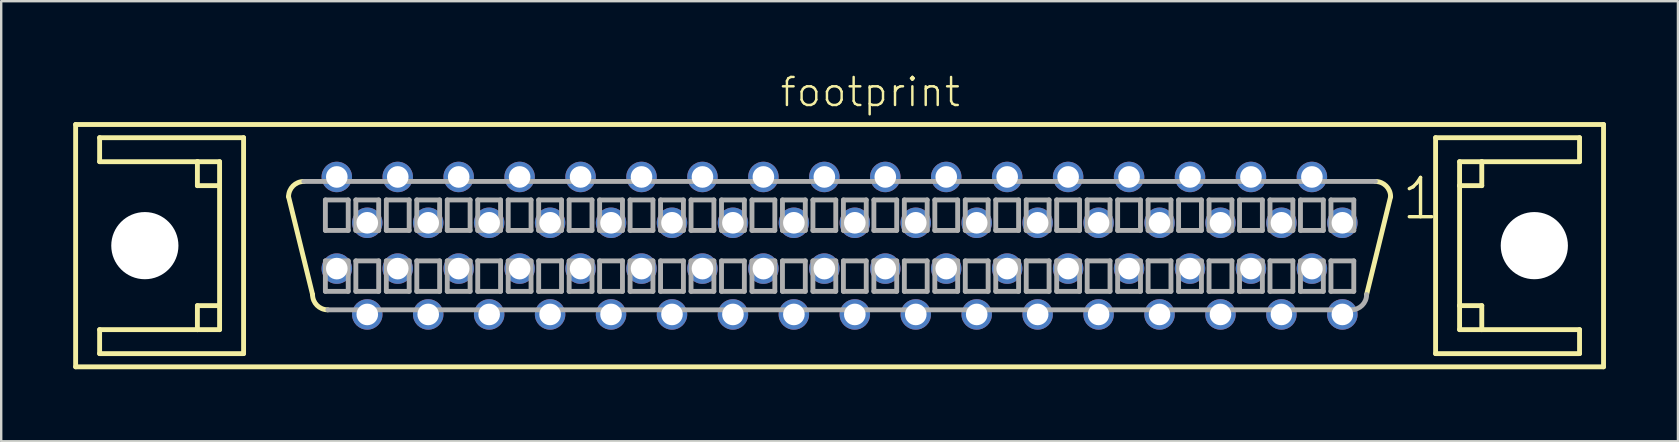
<source format=kicad_pcb>
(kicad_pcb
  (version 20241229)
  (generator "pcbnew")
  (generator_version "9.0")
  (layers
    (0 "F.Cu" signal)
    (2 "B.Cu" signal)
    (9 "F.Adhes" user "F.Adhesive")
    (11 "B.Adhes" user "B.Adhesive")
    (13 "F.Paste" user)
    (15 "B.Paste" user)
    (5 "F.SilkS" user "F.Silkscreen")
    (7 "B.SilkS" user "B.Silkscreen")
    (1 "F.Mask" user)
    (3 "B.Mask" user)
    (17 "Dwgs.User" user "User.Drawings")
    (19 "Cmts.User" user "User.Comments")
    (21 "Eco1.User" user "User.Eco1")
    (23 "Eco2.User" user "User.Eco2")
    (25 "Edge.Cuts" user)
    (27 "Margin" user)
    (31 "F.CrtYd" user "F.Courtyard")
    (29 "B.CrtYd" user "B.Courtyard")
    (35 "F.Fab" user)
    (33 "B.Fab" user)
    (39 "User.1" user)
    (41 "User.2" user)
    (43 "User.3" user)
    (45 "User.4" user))
  (footprint "footprint"
    (layer "F.Cu")
    (at 31.942 7.188)
    (property "Reference" "footprint" (at -2.54 -5.715 0) (layer "F.SilkS") (effects (font (size 1.168 1.168) (thickness 0.102)) (justify left bottom)))
    (fp_line (start -31.84 -5.05) (end 31.84 -5.05) (stroke (width 0.203) (type solid)) (layer "F.SilkS"))
    (fp_line (start -31.84 5.05) (end -31.84 -5.05) (stroke (width 0.203) (type solid)) (layer "F.SilkS"))
    (fp_line (start -30.84 -4.5) (end -30.84 -3.5) (stroke (width 0.203) (type solid)) (layer "F.SilkS"))
    (fp_line (start -30.84 -3.5) (end -26.765 -3.5) (stroke (width 0.203) (type solid)) (layer "F.SilkS"))
    (fp_line (start -30.84 3.5) (end -30.84 4.5) (stroke (width 0.203) (type solid)) (layer "F.SilkS"))
    (fp_line (start -30.84 4.5) (end -24.84 4.5) (stroke (width 0.203) (type solid)) (layer "F.SilkS"))
    (fp_line (start -26.765 -3.5) (end -26.765 -2.5) (stroke (width 0.203) (type solid)) (layer "F.SilkS"))
    (fp_line (start -26.765 -3.5) (end -25.84 -3.5) (stroke (width 0.203) (type solid)) (layer "F.SilkS"))
    (fp_line (start -26.765 -2.5) (end -25.84 -2.5) (stroke (width 0.203) (type solid)) (layer "F.SilkS"))
    (fp_line (start -26.765 2.5) (end -26.765 3.5) (stroke (width 0.203) (type solid)) (layer "F.SilkS"))
    (fp_line (start -26.765 3.5) (end -30.84 3.5) (stroke (width 0.203) (type solid)) (layer "F.SilkS"))
    (fp_line (start -25.84 -3.5) (end -25.84 -2.5) (stroke (width 0.203) (type solid)) (layer "F.SilkS"))
    (fp_line (start -25.84 -2.5) (end -25.84 2.5) (stroke (width 0.203) (type solid)) (layer "F.SilkS"))
    (fp_line (start -25.84 2.5) (end -26.765 2.5) (stroke (width 0.203) (type solid)) (layer "F.SilkS"))
    (fp_line (start -25.84 2.5) (end -25.84 3.5) (stroke (width 0.203) (type solid)) (layer "F.SilkS"))
    (fp_line (start -25.84 3.5) (end -26.765 3.5) (stroke (width 0.203) (type solid)) (layer "F.SilkS"))
    (fp_line (start -24.84 -4.5) (end -30.84 -4.5) (stroke (width 0.203) (type solid)) (layer "F.SilkS"))
    (fp_line (start -24.84 4.5) (end -24.84 -4.5) (stroke (width 0.203) (type solid)) (layer "F.SilkS"))
    (fp_line (start -21.965 2.04) (end -22.965 -2.04) (stroke (width 0.203) (type solid)) (layer "F.SilkS"))
    (fp_line (start 22.965 -2.04) (end 21.965 2.04) (stroke (width 0.203) (type solid)) (layer "F.SilkS"))
    (fp_line (start 24.84 -4.5) (end 24.84 4.5) (stroke (width 0.203) (type solid)) (layer "F.SilkS"))
    (fp_line (start 24.84 4.5) (end 30.84 4.5) (stroke (width 0.203) (type solid)) (layer "F.SilkS"))
    (fp_line (start 25.84 -3.5) (end 26.765 -3.5) (stroke (width 0.203) (type solid)) (layer "F.SilkS"))
    (fp_line (start 25.84 -2.5) (end 25.84 -3.5) (stroke (width 0.203) (type solid)) (layer "F.SilkS"))
    (fp_line (start 25.84 -2.5) (end 26.765 -2.5) (stroke (width 0.203) (type solid)) (layer "F.SilkS"))
    (fp_line (start 25.84 2.5) (end 25.84 -2.5) (stroke (width 0.203) (type solid)) (layer "F.SilkS"))
    (fp_line (start 25.84 3.5) (end 25.84 2.5) (stroke (width 0.203) (type solid)) (layer "F.SilkS"))
    (fp_line (start 26.765 -3.5) (end 30.84 -3.5) (stroke (width 0.203) (type solid)) (layer "F.SilkS"))
    (fp_line (start 26.765 -2.5) (end 26.765 -3.5) (stroke (width 0.203) (type solid)) (layer "F.SilkS"))
    (fp_line (start 26.765 2.5) (end 25.84 2.5) (stroke (width 0.203) (type solid)) (layer "F.SilkS"))
    (fp_line (start 26.765 3.5) (end 25.84 3.5) (stroke (width 0.203) (type solid)) (layer "F.SilkS"))
    (fp_line (start 26.765 3.5) (end 26.765 2.5) (stroke (width 0.203) (type solid)) (layer "F.SilkS"))
    (fp_line (start 30.84 -4.5) (end 24.84 -4.5) (stroke (width 0.203) (type solid)) (layer "F.SilkS"))
    (fp_line (start 30.84 -3.5) (end 30.84 -4.5) (stroke (width 0.203) (type solid)) (layer "F.SilkS"))
    (fp_line (start 30.84 3.5) (end 26.765 3.5) (stroke (width 0.203) (type solid)) (layer "F.SilkS"))
    (fp_line (start 30.84 4.5) (end 30.84 3.5) (stroke (width 0.203) (type solid)) (layer "F.SilkS"))
    (fp_line (start 31.84 -5.05) (end 31.84 5.05) (stroke (width 0.203) (type solid)) (layer "F.SilkS"))
    (fp_line (start 31.84 5.05) (end -31.84 5.05) (stroke (width 0.203) (type solid)) (layer "F.SilkS"))
    (fp_arc (start -22.965 -2.04) (mid -22.779013 -2.489013) (end -22.33 -2.675) (stroke (width 0.2032) (type solid)) (layer "F.SilkS"))
    (fp_arc (start -21.33 2.675) (mid -21.779013 2.489013) (end -21.965 2.04) (stroke (width 0.2032) (type solid)) (layer "F.SilkS"))
    (fp_arc (start 22.33 -2.675) (mid 22.779013 -2.489013) (end 22.965 -2.04) (stroke (width 0.2032) (type solid)) (layer "F.SilkS"))
    (fp_line (start -22.33 -2.675) (end 22.33 -2.675) (stroke (width 0.203) (type solid)) (layer "F.Fab"))
    (fp_line (start -21.431 -1.905) (end -21.431 -0.635) (stroke (width 0.203) (type solid)) (layer "F.Fab"))
    (fp_line (start -21.431 -0.635) (end -20.479 -0.635) (stroke (width 0.203) (type solid)) (layer "F.Fab"))
    (fp_line (start -21.431 0.635) (end -21.431 1.905) (stroke (width 0.203) (type solid)) (layer "F.Fab"))
    (fp_line (start -21.431 1.905) (end -20.479 1.905) (stroke (width 0.203) (type solid)) (layer "F.Fab"))
    (fp_line (start -20.479 -1.905) (end -21.431 -1.905) (stroke (width 0.203) (type solid)) (layer "F.Fab"))
    (fp_line (start -20.479 -0.635) (end -20.479 -1.905) (stroke (width 0.203) (type solid)) (layer "F.Fab"))
    (fp_line (start -20.479 0.635) (end -21.431 0.635) (stroke (width 0.203) (type solid)) (layer "F.Fab"))
    (fp_line (start -20.479 1.905) (end -20.479 0.635) (stroke (width 0.203) (type solid)) (layer "F.Fab"))
    (fp_line (start -20.161 -1.905) (end -20.161 -0.635) (stroke (width 0.203) (type solid)) (layer "F.Fab"))
    (fp_line (start -20.161 -0.635) (end -19.209 -0.635) (stroke (width 0.203) (type solid)) (layer "F.Fab"))
    (fp_line (start -20.161 0.635) (end -20.161 1.905) (stroke (width 0.203) (type solid)) (layer "F.Fab"))
    (fp_line (start -20.161 1.905) (end -19.209 1.905) (stroke (width 0.203) (type solid)) (layer "F.Fab"))
    (fp_line (start -19.209 -1.905) (end -20.161 -1.905) (stroke (width 0.203) (type solid)) (layer "F.Fab"))
    (fp_line (start -19.209 -0.635) (end -19.209 -1.905) (stroke (width 0.203) (type solid)) (layer "F.Fab"))
    (fp_line (start -19.209 0.635) (end -20.161 0.635) (stroke (width 0.203) (type solid)) (layer "F.Fab"))
    (fp_line (start -19.209 1.905) (end -19.209 0.635) (stroke (width 0.203) (type solid)) (layer "F.Fab"))
    (fp_line (start -18.891 -1.905) (end -18.891 -0.635) (stroke (width 0.203) (type solid)) (layer "F.Fab"))
    (fp_line (start -18.891 -0.635) (end -17.939 -0.635) (stroke (width 0.203) (type solid)) (layer "F.Fab"))
    (fp_line (start -18.891 0.635) (end -18.891 1.905) (stroke (width 0.203) (type solid)) (layer "F.Fab"))
    (fp_line (start -18.891 1.905) (end -17.939 1.905) (stroke (width 0.203) (type solid)) (layer "F.Fab"))
    (fp_line (start -17.939 -1.905) (end -18.891 -1.905) (stroke (width 0.203) (type solid)) (layer "F.Fab"))
    (fp_line (start -17.939 -0.635) (end -17.939 -1.905) (stroke (width 0.203) (type solid)) (layer "F.Fab"))
    (fp_line (start -17.939 0.635) (end -18.891 0.635) (stroke (width 0.203) (type solid)) (layer "F.Fab"))
    (fp_line (start -17.939 1.905) (end -17.939 0.635) (stroke (width 0.203) (type solid)) (layer "F.Fab"))
    (fp_line (start -17.621 -1.905) (end -17.621 -0.635) (stroke (width 0.203) (type solid)) (layer "F.Fab"))
    (fp_line (start -17.621 -0.635) (end -16.669 -0.635) (stroke (width 0.203) (type solid)) (layer "F.Fab"))
    (fp_line (start -17.621 0.635) (end -17.621 1.905) (stroke (width 0.203) (type solid)) (layer "F.Fab"))
    (fp_line (start -17.621 1.905) (end -16.669 1.905) (stroke (width 0.203) (type solid)) (layer "F.Fab"))
    (fp_line (start -16.669 -1.905) (end -17.621 -1.905) (stroke (width 0.203) (type solid)) (layer "F.Fab"))
    (fp_line (start -16.669 -0.635) (end -16.669 -1.905) (stroke (width 0.203) (type solid)) (layer "F.Fab"))
    (fp_line (start -16.669 0.635) (end -17.621 0.635) (stroke (width 0.203) (type solid)) (layer "F.Fab"))
    (fp_line (start -16.669 1.905) (end -16.669 0.635) (stroke (width 0.203) (type solid)) (layer "F.Fab"))
    (fp_line (start -16.351 -1.905) (end -16.351 -0.635) (stroke (width 0.203) (type solid)) (layer "F.Fab"))
    (fp_line (start -16.351 -0.635) (end -15.399 -0.635) (stroke (width 0.203) (type solid)) (layer "F.Fab"))
    (fp_line (start -16.351 0.635) (end -16.351 1.905) (stroke (width 0.203) (type solid)) (layer "F.Fab"))
    (fp_line (start -16.351 1.905) (end -15.399 1.905) (stroke (width 0.203) (type solid)) (layer "F.Fab"))
    (fp_line (start -15.399 -1.905) (end -16.351 -1.905) (stroke (width 0.203) (type solid)) (layer "F.Fab"))
    (fp_line (start -15.399 -0.635) (end -15.399 -1.905) (stroke (width 0.203) (type solid)) (layer "F.Fab"))
    (fp_line (start -15.399 0.635) (end -16.351 0.635) (stroke (width 0.203) (type solid)) (layer "F.Fab"))
    (fp_line (start -15.399 1.905) (end -15.399 0.635) (stroke (width 0.203) (type solid)) (layer "F.Fab"))
    (fp_line (start -15.081 -1.905) (end -15.081 -0.635) (stroke (width 0.203) (type solid)) (layer "F.Fab"))
    (fp_line (start -15.081 -0.635) (end -14.129 -0.635) (stroke (width 0.203) (type solid)) (layer "F.Fab"))
    (fp_line (start -15.081 0.635) (end -15.081 1.905) (stroke (width 0.203) (type solid)) (layer "F.Fab"))
    (fp_line (start -15.081 1.905) (end -14.129 1.905) (stroke (width 0.203) (type solid)) (layer "F.Fab"))
    (fp_line (start -14.129 -1.905) (end -15.081 -1.905) (stroke (width 0.203) (type solid)) (layer "F.Fab"))
    (fp_line (start -14.129 -0.635) (end -14.129 -1.905) (stroke (width 0.203) (type solid)) (layer "F.Fab"))
    (fp_line (start -14.129 0.635) (end -15.081 0.635) (stroke (width 0.203) (type solid)) (layer "F.Fab"))
    (fp_line (start -14.129 1.905) (end -14.129 0.635) (stroke (width 0.203) (type solid)) (layer "F.Fab"))
    (fp_line (start -13.811 -1.905) (end -13.811 -0.635) (stroke (width 0.203) (type solid)) (layer "F.Fab"))
    (fp_line (start -13.811 -0.635) (end -12.859 -0.635) (stroke (width 0.203) (type solid)) (layer "F.Fab"))
    (fp_line (start -13.811 0.635) (end -13.811 1.905) (stroke (width 0.203) (type solid)) (layer "F.Fab"))
    (fp_line (start -13.811 1.905) (end -12.859 1.905) (stroke (width 0.203) (type solid)) (layer "F.Fab"))
    (fp_line (start -12.859 -1.905) (end -13.811 -1.905) (stroke (width 0.203) (type solid)) (layer "F.Fab"))
    (fp_line (start -12.859 -0.635) (end -12.859 -1.905) (stroke (width 0.203) (type solid)) (layer "F.Fab"))
    (fp_line (start -12.859 0.635) (end -13.811 0.635) (stroke (width 0.203) (type solid)) (layer "F.Fab"))
    (fp_line (start -12.859 1.905) (end -12.859 0.635) (stroke (width 0.203) (type solid)) (layer "F.Fab"))
    (fp_line (start -12.541 -1.905) (end -12.541 -0.635) (stroke (width 0.203) (type solid)) (layer "F.Fab"))
    (fp_line (start -12.541 -0.635) (end -11.589 -0.635) (stroke (width 0.203) (type solid)) (layer "F.Fab"))
    (fp_line (start -12.541 0.635) (end -12.541 1.905) (stroke (width 0.203) (type solid)) (layer "F.Fab"))
    (fp_line (start -12.541 1.905) (end -11.589 1.905) (stroke (width 0.203) (type solid)) (layer "F.Fab"))
    (fp_line (start -11.589 -1.905) (end -12.541 -1.905) (stroke (width 0.203) (type solid)) (layer "F.Fab"))
    (fp_line (start -11.589 -0.635) (end -11.589 -1.905) (stroke (width 0.203) (type solid)) (layer "F.Fab"))
    (fp_line (start -11.589 0.635) (end -12.541 0.635) (stroke (width 0.203) (type solid)) (layer "F.Fab"))
    (fp_line (start -11.589 1.905) (end -11.589 0.635) (stroke (width 0.203) (type solid)) (layer "F.Fab"))
    (fp_line (start -11.271 -1.905) (end -11.271 -0.635) (stroke (width 0.203) (type solid)) (layer "F.Fab"))
    (fp_line (start -11.271 -0.635) (end -10.319 -0.635) (stroke (width 0.203) (type solid)) (layer "F.Fab"))
    (fp_line (start -11.271 0.635) (end -11.271 1.905) (stroke (width 0.203) (type solid)) (layer "F.Fab"))
    (fp_line (start -11.271 1.905) (end -10.319 1.905) (stroke (width 0.203) (type solid)) (layer "F.Fab"))
    (fp_line (start -10.319 -1.905) (end -11.271 -1.905) (stroke (width 0.203) (type solid)) (layer "F.Fab"))
    (fp_line (start -10.319 -0.635) (end -10.319 -1.905) (stroke (width 0.203) (type solid)) (layer "F.Fab"))
    (fp_line (start -10.319 0.635) (end -11.271 0.635) (stroke (width 0.203) (type solid)) (layer "F.Fab"))
    (fp_line (start -10.319 1.905) (end -10.319 0.635) (stroke (width 0.203) (type solid)) (layer "F.Fab"))
    (fp_line (start -10.001 -1.905) (end -10.001 -0.635) (stroke (width 0.203) (type solid)) (layer "F.Fab"))
    (fp_line (start -10.001 -0.635) (end -9.049 -0.635) (stroke (width 0.203) (type solid)) (layer "F.Fab"))
    (fp_line (start -10.001 0.635) (end -10.001 1.905) (stroke (width 0.203) (type solid)) (layer "F.Fab"))
    (fp_line (start -10.001 1.905) (end -9.049 1.905) (stroke (width 0.203) (type solid)) (layer "F.Fab"))
    (fp_line (start -9.049 -1.905) (end -10.001 -1.905) (stroke (width 0.203) (type solid)) (layer "F.Fab"))
    (fp_line (start -9.049 -0.635) (end -9.049 -1.905) (stroke (width 0.203) (type solid)) (layer "F.Fab"))
    (fp_line (start -9.049 0.635) (end -10.001 0.635) (stroke (width 0.203) (type solid)) (layer "F.Fab"))
    (fp_line (start -9.049 1.905) (end -9.049 0.635) (stroke (width 0.203) (type solid)) (layer "F.Fab"))
    (fp_line (start -8.731 -1.905) (end -8.731 -0.635) (stroke (width 0.203) (type solid)) (layer "F.Fab"))
    (fp_line (start -8.731 -0.635) (end -7.779 -0.635) (stroke (width 0.203) (type solid)) (layer "F.Fab"))
    (fp_line (start -8.731 0.635) (end -8.731 1.905) (stroke (width 0.203) (type solid)) (layer "F.Fab"))
    (fp_line (start -8.731 1.905) (end -7.779 1.905) (stroke (width 0.203) (type solid)) (layer "F.Fab"))
    (fp_line (start -7.779 -1.905) (end -8.731 -1.905) (stroke (width 0.203) (type solid)) (layer "F.Fab"))
    (fp_line (start -7.779 -0.635) (end -7.779 -1.905) (stroke (width 0.203) (type solid)) (layer "F.Fab"))
    (fp_line (start -7.779 0.635) (end -8.731 0.635) (stroke (width 0.203) (type solid)) (layer "F.Fab"))
    (fp_line (start -7.779 1.905) (end -7.779 0.635) (stroke (width 0.203) (type solid)) (layer "F.Fab"))
    (fp_line (start -7.461 -1.905) (end -7.461 -0.635) (stroke (width 0.203) (type solid)) (layer "F.Fab"))
    (fp_line (start -7.461 -0.635) (end -6.509 -0.635) (stroke (width 0.203) (type solid)) (layer "F.Fab"))
    (fp_line (start -7.461 0.635) (end -7.461 1.905) (stroke (width 0.203) (type solid)) (layer "F.Fab"))
    (fp_line (start -7.461 1.905) (end -6.509 1.905) (stroke (width 0.203) (type solid)) (layer "F.Fab"))
    (fp_line (start -6.509 -1.905) (end -7.461 -1.905) (stroke (width 0.203) (type solid)) (layer "F.Fab"))
    (fp_line (start -6.509 -0.635) (end -6.509 -1.905) (stroke (width 0.203) (type solid)) (layer "F.Fab"))
    (fp_line (start -6.509 0.635) (end -7.461 0.635) (stroke (width 0.203) (type solid)) (layer "F.Fab"))
    (fp_line (start -6.509 1.905) (end -6.509 0.635) (stroke (width 0.203) (type solid)) (layer "F.Fab"))
    (fp_line (start -6.191 -1.905) (end -6.191 -0.635) (stroke (width 0.203) (type solid)) (layer "F.Fab"))
    (fp_line (start -6.191 -0.635) (end -5.239 -0.635) (stroke (width 0.203) (type solid)) (layer "F.Fab"))
    (fp_line (start -6.191 0.635) (end -6.191 1.905) (stroke (width 0.203) (type solid)) (layer "F.Fab"))
    (fp_line (start -6.191 1.905) (end -5.239 1.905) (stroke (width 0.203) (type solid)) (layer "F.Fab"))
    (fp_line (start -5.239 -1.905) (end -6.191 -1.905) (stroke (width 0.203) (type solid)) (layer "F.Fab"))
    (fp_line (start -5.239 -0.635) (end -5.239 -1.905) (stroke (width 0.203) (type solid)) (layer "F.Fab"))
    (fp_line (start -5.239 0.635) (end -6.191 0.635) (stroke (width 0.203) (type solid)) (layer "F.Fab"))
    (fp_line (start -5.239 1.905) (end -5.239 0.635) (stroke (width 0.203) (type solid)) (layer "F.Fab"))
    (fp_line (start -4.921 -1.905) (end -4.921 -0.635) (stroke (width 0.203) (type solid)) (layer "F.Fab"))
    (fp_line (start -4.921 -0.635) (end -3.969 -0.635) (stroke (width 0.203) (type solid)) (layer "F.Fab"))
    (fp_line (start -4.921 0.635) (end -4.921 1.905) (stroke (width 0.203) (type solid)) (layer "F.Fab"))
    (fp_line (start -4.921 1.905) (end -3.969 1.905) (stroke (width 0.203) (type solid)) (layer "F.Fab"))
    (fp_line (start -3.969 -1.905) (end -4.921 -1.905) (stroke (width 0.203) (type solid)) (layer "F.Fab"))
    (fp_line (start -3.969 -0.635) (end -3.969 -1.905) (stroke (width 0.203) (type solid)) (layer "F.Fab"))
    (fp_line (start -3.969 0.635) (end -4.921 0.635) (stroke (width 0.203) (type solid)) (layer "F.Fab"))
    (fp_line (start -3.969 1.905) (end -3.969 0.635) (stroke (width 0.203) (type solid)) (layer "F.Fab"))
    (fp_line (start -3.651 -1.905) (end -3.651 -0.635) (stroke (width 0.203) (type solid)) (layer "F.Fab"))
    (fp_line (start -3.651 -0.635) (end -2.699 -0.635) (stroke (width 0.203) (type solid)) (layer "F.Fab"))
    (fp_line (start -3.651 0.635) (end -3.651 1.905) (stroke (width 0.203) (type solid)) (layer "F.Fab"))
    (fp_line (start -3.651 1.905) (end -2.699 1.905) (stroke (width 0.203) (type solid)) (layer "F.Fab"))
    (fp_line (start -2.699 -1.905) (end -3.651 -1.905) (stroke (width 0.203) (type solid)) (layer "F.Fab"))
    (fp_line (start -2.699 -0.635) (end -2.699 -1.905) (stroke (width 0.203) (type solid)) (layer "F.Fab"))
    (fp_line (start -2.699 0.635) (end -3.651 0.635) (stroke (width 0.203) (type solid)) (layer "F.Fab"))
    (fp_line (start -2.699 1.905) (end -2.699 0.635) (stroke (width 0.203) (type solid)) (layer "F.Fab"))
    (fp_line (start -2.381 -1.905) (end -2.381 -0.635) (stroke (width 0.203) (type solid)) (layer "F.Fab"))
    (fp_line (start -2.381 -0.635) (end -1.429 -0.635) (stroke (width 0.203) (type solid)) (layer "F.Fab"))
    (fp_line (start -2.381 0.635) (end -2.381 1.905) (stroke (width 0.203) (type solid)) (layer "F.Fab"))
    (fp_line (start -2.381 1.905) (end -1.429 1.905) (stroke (width 0.203) (type solid)) (layer "F.Fab"))
    (fp_line (start -1.429 -1.905) (end -2.381 -1.905) (stroke (width 0.203) (type solid)) (layer "F.Fab"))
    (fp_line (start -1.429 -0.635) (end -1.429 -1.905) (stroke (width 0.203) (type solid)) (layer "F.Fab"))
    (fp_line (start -1.429 0.635) (end -2.381 0.635) (stroke (width 0.203) (type solid)) (layer "F.Fab"))
    (fp_line (start -1.429 1.905) (end -1.429 0.635) (stroke (width 0.203) (type solid)) (layer "F.Fab"))
    (fp_line (start -1.111 -1.905) (end -1.111 -0.635) (stroke (width 0.203) (type solid)) (layer "F.Fab"))
    (fp_line (start -1.111 -0.635) (end -0.159 -0.635) (stroke (width 0.203) (type solid)) (layer "F.Fab"))
    (fp_line (start -1.111 0.635) (end -1.111 1.905) (stroke (width 0.203) (type solid)) (layer "F.Fab"))
    (fp_line (start -1.111 1.905) (end -0.159 1.905) (stroke (width 0.203) (type solid)) (layer "F.Fab"))
    (fp_line (start -0.159 -1.905) (end -1.111 -1.905) (stroke (width 0.203) (type solid)) (layer "F.Fab"))
    (fp_line (start -0.159 -0.635) (end -0.159 -1.905) (stroke (width 0.203) (type solid)) (layer "F.Fab"))
    (fp_line (start -0.159 0.635) (end -1.111 0.635) (stroke (width 0.203) (type solid)) (layer "F.Fab"))
    (fp_line (start -0.159 1.905) (end -0.159 0.635) (stroke (width 0.203) (type solid)) (layer "F.Fab"))
    (fp_line (start 0.159 -1.905) (end 0.159 -0.635) (stroke (width 0.203) (type solid)) (layer "F.Fab"))
    (fp_line (start 0.159 -0.635) (end 1.111 -0.635) (stroke (width 0.203) (type solid)) (layer "F.Fab"))
    (fp_line (start 0.159 0.635) (end 0.159 1.905) (stroke (width 0.203) (type solid)) (layer "F.Fab"))
    (fp_line (start 0.159 1.905) (end 1.111 1.905) (stroke (width 0.203) (type solid)) (layer "F.Fab"))
    (fp_line (start 1.111 -1.905) (end 0.159 -1.905) (stroke (width 0.203) (type solid)) (layer "F.Fab"))
    (fp_line (start 1.111 -0.635) (end 1.111 -1.905) (stroke (width 0.203) (type solid)) (layer "F.Fab"))
    (fp_line (start 1.111 0.635) (end 0.159 0.635) (stroke (width 0.203) (type solid)) (layer "F.Fab"))
    (fp_line (start 1.111 1.905) (end 1.111 0.635) (stroke (width 0.203) (type solid)) (layer "F.Fab"))
    (fp_line (start 1.429 -1.905) (end 1.429 -0.635) (stroke (width 0.203) (type solid)) (layer "F.Fab"))
    (fp_line (start 1.429 -0.635) (end 2.381 -0.635) (stroke (width 0.203) (type solid)) (layer "F.Fab"))
    (fp_line (start 1.429 0.635) (end 1.429 1.905) (stroke (width 0.203) (type solid)) (layer "F.Fab"))
    (fp_line (start 1.429 1.905) (end 2.381 1.905) (stroke (width 0.203) (type solid)) (layer "F.Fab"))
    (fp_line (start 2.381 -1.905) (end 1.429 -1.905) (stroke (width 0.203) (type solid)) (layer "F.Fab"))
    (fp_line (start 2.381 -0.635) (end 2.381 -1.905) (stroke (width 0.203) (type solid)) (layer "F.Fab"))
    (fp_line (start 2.381 0.635) (end 1.429 0.635) (stroke (width 0.203) (type solid)) (layer "F.Fab"))
    (fp_line (start 2.381 1.905) (end 2.381 0.635) (stroke (width 0.203) (type solid)) (layer "F.Fab"))
    (fp_line (start 2.699 -1.905) (end 2.699 -0.635) (stroke (width 0.203) (type solid)) (layer "F.Fab"))
    (fp_line (start 2.699 -0.635) (end 3.651 -0.635) (stroke (width 0.203) (type solid)) (layer "F.Fab"))
    (fp_line (start 2.699 0.635) (end 2.699 1.905) (stroke (width 0.203) (type solid)) (layer "F.Fab"))
    (fp_line (start 2.699 1.905) (end 3.651 1.905) (stroke (width 0.203) (type solid)) (layer "F.Fab"))
    (fp_line (start 3.651 -1.905) (end 2.699 -1.905) (stroke (width 0.203) (type solid)) (layer "F.Fab"))
    (fp_line (start 3.651 -0.635) (end 3.651 -1.905) (stroke (width 0.203) (type solid)) (layer "F.Fab"))
    (fp_line (start 3.651 0.635) (end 2.699 0.635) (stroke (width 0.203) (type solid)) (layer "F.Fab"))
    (fp_line (start 3.651 1.905) (end 3.651 0.635) (stroke (width 0.203) (type solid)) (layer "F.Fab"))
    (fp_line (start 3.969 -1.905) (end 3.969 -0.635) (stroke (width 0.203) (type solid)) (layer "F.Fab"))
    (fp_line (start 3.969 -0.635) (end 4.921 -0.635) (stroke (width 0.203) (type solid)) (layer "F.Fab"))
    (fp_line (start 3.969 0.635) (end 3.969 1.905) (stroke (width 0.203) (type solid)) (layer "F.Fab"))
    (fp_line (start 3.969 1.905) (end 4.921 1.905) (stroke (width 0.203) (type solid)) (layer "F.Fab"))
    (fp_line (start 4.921 -1.905) (end 3.969 -1.905) (stroke (width 0.203) (type solid)) (layer "F.Fab"))
    (fp_line (start 4.921 -0.635) (end 4.921 -1.905) (stroke (width 0.203) (type solid)) (layer "F.Fab"))
    (fp_line (start 4.921 0.635) (end 3.969 0.635) (stroke (width 0.203) (type solid)) (layer "F.Fab"))
    (fp_line (start 4.921 1.905) (end 4.921 0.635) (stroke (width 0.203) (type solid)) (layer "F.Fab"))
    (fp_line (start 5.239 -1.905) (end 5.239 -0.635) (stroke (width 0.203) (type solid)) (layer "F.Fab"))
    (fp_line (start 5.239 -0.635) (end 6.191 -0.635) (stroke (width 0.203) (type solid)) (layer "F.Fab"))
    (fp_line (start 5.239 0.635) (end 5.239 1.905) (stroke (width 0.203) (type solid)) (layer "F.Fab"))
    (fp_line (start 5.239 1.905) (end 6.191 1.905) (stroke (width 0.203) (type solid)) (layer "F.Fab"))
    (fp_line (start 6.191 -1.905) (end 5.239 -1.905) (stroke (width 0.203) (type solid)) (layer "F.Fab"))
    (fp_line (start 6.191 -0.635) (end 6.191 -1.905) (stroke (width 0.203) (type solid)) (layer "F.Fab"))
    (fp_line (start 6.191 0.635) (end 5.239 0.635) (stroke (width 0.203) (type solid)) (layer "F.Fab"))
    (fp_line (start 6.191 1.905) (end 6.191 0.635) (stroke (width 0.203) (type solid)) (layer "F.Fab"))
    (fp_line (start 6.509 -1.905) (end 6.509 -0.635) (stroke (width 0.203) (type solid)) (layer "F.Fab"))
    (fp_line (start 6.509 -0.635) (end 7.461 -0.635) (stroke (width 0.203) (type solid)) (layer "F.Fab"))
    (fp_line (start 6.509 0.635) (end 6.509 1.905) (stroke (width 0.203) (type solid)) (layer "F.Fab"))
    (fp_line (start 6.509 1.905) (end 7.461 1.905) (stroke (width 0.203) (type solid)) (layer "F.Fab"))
    (fp_line (start 7.461 -1.905) (end 6.509 -1.905) (stroke (width 0.203) (type solid)) (layer "F.Fab"))
    (fp_line (start 7.461 -0.635) (end 7.461 -1.905) (stroke (width 0.203) (type solid)) (layer "F.Fab"))
    (fp_line (start 7.461 0.635) (end 6.509 0.635) (stroke (width 0.203) (type solid)) (layer "F.Fab"))
    (fp_line (start 7.461 1.905) (end 7.461 0.635) (stroke (width 0.203) (type solid)) (layer "F.Fab"))
    (fp_line (start 7.779 -1.905) (end 7.779 -0.635) (stroke (width 0.203) (type solid)) (layer "F.Fab"))
    (fp_line (start 7.779 -0.635) (end 8.731 -0.635) (stroke (width 0.203) (type solid)) (layer "F.Fab"))
    (fp_line (start 7.779 0.635) (end 7.779 1.905) (stroke (width 0.203) (type solid)) (layer "F.Fab"))
    (fp_line (start 7.779 1.905) (end 8.731 1.905) (stroke (width 0.203) (type solid)) (layer "F.Fab"))
    (fp_line (start 8.731 -1.905) (end 7.779 -1.905) (stroke (width 0.203) (type solid)) (layer "F.Fab"))
    (fp_line (start 8.731 -0.635) (end 8.731 -1.905) (stroke (width 0.203) (type solid)) (layer "F.Fab"))
    (fp_line (start 8.731 0.635) (end 7.779 0.635) (stroke (width 0.203) (type solid)) (layer "F.Fab"))
    (fp_line (start 8.731 1.905) (end 8.731 0.635) (stroke (width 0.203) (type solid)) (layer "F.Fab"))
    (fp_line (start 9.049 -1.905) (end 9.049 -0.635) (stroke (width 0.203) (type solid)) (layer "F.Fab"))
    (fp_line (start 9.049 -0.635) (end 10.001 -0.635) (stroke (width 0.203) (type solid)) (layer "F.Fab"))
    (fp_line (start 9.049 0.635) (end 9.049 1.905) (stroke (width 0.203) (type solid)) (layer "F.Fab"))
    (fp_line (start 9.049 1.905) (end 10.001 1.905) (stroke (width 0.203) (type solid)) (layer "F.Fab"))
    (fp_line (start 10.001 -1.905) (end 9.049 -1.905) (stroke (width 0.203) (type solid)) (layer "F.Fab"))
    (fp_line (start 10.001 -0.635) (end 10.001 -1.905) (stroke (width 0.203) (type solid)) (layer "F.Fab"))
    (fp_line (start 10.001 0.635) (end 9.049 0.635) (stroke (width 0.203) (type solid)) (layer "F.Fab"))
    (fp_line (start 10.001 1.905) (end 10.001 0.635) (stroke (width 0.203) (type solid)) (layer "F.Fab"))
    (fp_line (start 10.319 -1.905) (end 10.319 -0.635) (stroke (width 0.203) (type solid)) (layer "F.Fab"))
    (fp_line (start 10.319 -0.635) (end 11.271 -0.635) (stroke (width 0.203) (type solid)) (layer "F.Fab"))
    (fp_line (start 10.319 0.635) (end 10.319 1.905) (stroke (width 0.203) (type solid)) (layer "F.Fab"))
    (fp_line (start 10.319 1.905) (end 11.271 1.905) (stroke (width 0.203) (type solid)) (layer "F.Fab"))
    (fp_line (start 11.271 -1.905) (end 10.319 -1.905) (stroke (width 0.203) (type solid)) (layer "F.Fab"))
    (fp_line (start 11.271 -0.635) (end 11.271 -1.905) (stroke (width 0.203) (type solid)) (layer "F.Fab"))
    (fp_line (start 11.271 0.635) (end 10.319 0.635) (stroke (width 0.203) (type solid)) (layer "F.Fab"))
    (fp_line (start 11.271 1.905) (end 11.271 0.635) (stroke (width 0.203) (type solid)) (layer "F.Fab"))
    (fp_line (start 11.589 -1.905) (end 11.589 -0.635) (stroke (width 0.203) (type solid)) (layer "F.Fab"))
    (fp_line (start 11.589 -0.635) (end 12.541 -0.635) (stroke (width 0.203) (type solid)) (layer "F.Fab"))
    (fp_line (start 11.589 0.635) (end 11.589 1.905) (stroke (width 0.203) (type solid)) (layer "F.Fab"))
    (fp_line (start 11.589 1.905) (end 12.541 1.905) (stroke (width 0.203) (type solid)) (layer "F.Fab"))
    (fp_line (start 12.541 -1.905) (end 11.589 -1.905) (stroke (width 0.203) (type solid)) (layer "F.Fab"))
    (fp_line (start 12.541 -0.635) (end 12.541 -1.905) (stroke (width 0.203) (type solid)) (layer "F.Fab"))
    (fp_line (start 12.541 0.635) (end 11.589 0.635) (stroke (width 0.203) (type solid)) (layer "F.Fab"))
    (fp_line (start 12.541 1.905) (end 12.541 0.635) (stroke (width 0.203) (type solid)) (layer "F.Fab"))
    (fp_line (start 12.859 -1.905) (end 12.859 -0.635) (stroke (width 0.203) (type solid)) (layer "F.Fab"))
    (fp_line (start 12.859 -0.635) (end 13.811 -0.635) (stroke (width 0.203) (type solid)) (layer "F.Fab"))
    (fp_line (start 12.859 0.635) (end 12.859 1.905) (stroke (width 0.203) (type solid)) (layer "F.Fab"))
    (fp_line (start 12.859 1.905) (end 13.811 1.905) (stroke (width 0.203) (type solid)) (layer "F.Fab"))
    (fp_line (start 13.811 -1.905) (end 12.859 -1.905) (stroke (width 0.203) (type solid)) (layer "F.Fab"))
    (fp_line (start 13.811 -0.635) (end 13.811 -1.905) (stroke (width 0.203) (type solid)) (layer "F.Fab"))
    (fp_line (start 13.811 0.635) (end 12.859 0.635) (stroke (width 0.203) (type solid)) (layer "F.Fab"))
    (fp_line (start 13.811 1.905) (end 13.811 0.635) (stroke (width 0.203) (type solid)) (layer "F.Fab"))
    (fp_line (start 14.129 -1.905) (end 14.129 -0.635) (stroke (width 0.203) (type solid)) (layer "F.Fab"))
    (fp_line (start 14.129 -0.635) (end 15.081 -0.635) (stroke (width 0.203) (type solid)) (layer "F.Fab"))
    (fp_line (start 14.129 0.635) (end 14.129 1.905) (stroke (width 0.203) (type solid)) (layer "F.Fab"))
    (fp_line (start 14.129 1.905) (end 15.081 1.905) (stroke (width 0.203) (type solid)) (layer "F.Fab"))
    (fp_line (start 15.081 -1.905) (end 14.129 -1.905) (stroke (width 0.203) (type solid)) (layer "F.Fab"))
    (fp_line (start 15.081 -0.635) (end 15.081 -1.905) (stroke (width 0.203) (type solid)) (layer "F.Fab"))
    (fp_line (start 15.081 0.635) (end 14.129 0.635) (stroke (width 0.203) (type solid)) (layer "F.Fab"))
    (fp_line (start 15.081 1.905) (end 15.081 0.635) (stroke (width 0.203) (type solid)) (layer "F.Fab"))
    (fp_line (start 15.399 -1.905) (end 15.399 -0.635) (stroke (width 0.203) (type solid)) (layer "F.Fab"))
    (fp_line (start 15.399 -0.635) (end 16.351 -0.635) (stroke (width 0.203) (type solid)) (layer "F.Fab"))
    (fp_line (start 15.399 0.635) (end 15.399 1.905) (stroke (width 0.203) (type solid)) (layer "F.Fab"))
    (fp_line (start 15.399 1.905) (end 16.351 1.905) (stroke (width 0.203) (type solid)) (layer "F.Fab"))
    (fp_line (start 16.351 -1.905) (end 15.399 -1.905) (stroke (width 0.203) (type solid)) (layer "F.Fab"))
    (fp_line (start 16.351 -0.635) (end 16.351 -1.905) (stroke (width 0.203) (type solid)) (layer "F.Fab"))
    (fp_line (start 16.351 0.635) (end 15.399 0.635) (stroke (width 0.203) (type solid)) (layer "F.Fab"))
    (fp_line (start 16.351 1.905) (end 16.351 0.635) (stroke (width 0.203) (type solid)) (layer "F.Fab"))
    (fp_line (start 16.669 -1.905) (end 16.669 -0.635) (stroke (width 0.203) (type solid)) (layer "F.Fab"))
    (fp_line (start 16.669 -0.635) (end 17.621 -0.635) (stroke (width 0.203) (type solid)) (layer "F.Fab"))
    (fp_line (start 16.669 0.635) (end 16.669 1.905) (stroke (width 0.203) (type solid)) (layer "F.Fab"))
    (fp_line (start 16.669 1.905) (end 17.621 1.905) (stroke (width 0.203) (type solid)) (layer "F.Fab"))
    (fp_line (start 17.621 -1.905) (end 16.669 -1.905) (stroke (width 0.203) (type solid)) (layer "F.Fab"))
    (fp_line (start 17.621 -0.635) (end 17.621 -1.905) (stroke (width 0.203) (type solid)) (layer "F.Fab"))
    (fp_line (start 17.621 0.635) (end 16.669 0.635) (stroke (width 0.203) (type solid)) (layer "F.Fab"))
    (fp_line (start 17.621 1.905) (end 17.621 0.635) (stroke (width 0.203) (type solid)) (layer "F.Fab"))
    (fp_line (start 17.939 -1.905) (end 17.939 -0.635) (stroke (width 0.203) (type solid)) (layer "F.Fab"))
    (fp_line (start 17.939 -0.635) (end 18.891 -0.635) (stroke (width 0.203) (type solid)) (layer "F.Fab"))
    (fp_line (start 17.939 0.635) (end 17.939 1.905) (stroke (width 0.203) (type solid)) (layer "F.Fab"))
    (fp_line (start 17.939 1.905) (end 18.891 1.905) (stroke (width 0.203) (type solid)) (layer "F.Fab"))
    (fp_line (start 18.891 -1.905) (end 17.939 -1.905) (stroke (width 0.203) (type solid)) (layer "F.Fab"))
    (fp_line (start 18.891 -0.635) (end 18.891 -1.905) (stroke (width 0.203) (type solid)) (layer "F.Fab"))
    (fp_line (start 18.891 0.635) (end 17.939 0.635) (stroke (width 0.203) (type solid)) (layer "F.Fab"))
    (fp_line (start 18.891 1.905) (end 18.891 0.635) (stroke (width 0.203) (type solid)) (layer "F.Fab"))
    (fp_line (start 19.209 -1.905) (end 19.209 -0.635) (stroke (width 0.203) (type solid)) (layer "F.Fab"))
    (fp_line (start 19.209 -0.635) (end 20.161 -0.635) (stroke (width 0.203) (type solid)) (layer "F.Fab"))
    (fp_line (start 19.209 0.635) (end 19.209 1.905) (stroke (width 0.203) (type solid)) (layer "F.Fab"))
    (fp_line (start 19.209 1.905) (end 20.161 1.905) (stroke (width 0.203) (type solid)) (layer "F.Fab"))
    (fp_line (start 20.161 -1.905) (end 19.209 -1.905) (stroke (width 0.203) (type solid)) (layer "F.Fab"))
    (fp_line (start 20.161 -0.635) (end 20.161 -1.905) (stroke (width 0.203) (type solid)) (layer "F.Fab"))
    (fp_line (start 20.161 0.635) (end 19.209 0.635) (stroke (width 0.203) (type solid)) (layer "F.Fab"))
    (fp_line (start 20.161 1.905) (end 20.161 0.635) (stroke (width 0.203) (type solid)) (layer "F.Fab"))
    (fp_line (start 20.479 -1.905) (end 20.479 -0.635) (stroke (width 0.203) (type solid)) (layer "F.Fab"))
    (fp_line (start 20.479 -0.635) (end 21.431 -0.635) (stroke (width 0.203) (type solid)) (layer "F.Fab"))
    (fp_line (start 20.479 0.635) (end 20.479 1.905) (stroke (width 0.203) (type solid)) (layer "F.Fab"))
    (fp_line (start 20.479 1.905) (end 21.431 1.905) (stroke (width 0.203) (type solid)) (layer "F.Fab"))
    (fp_line (start 21.33 2.675) (end -21.33 2.675) (stroke (width 0.203) (type solid)) (layer "F.Fab"))
    (fp_line (start 21.431 -1.905) (end 20.479 -1.905) (stroke (width 0.203) (type solid)) (layer "F.Fab"))
    (fp_line (start 21.431 -0.635) (end 21.431 -1.905) (stroke (width 0.203) (type solid)) (layer "F.Fab"))
    (fp_line (start 21.431 0.635) (end 20.479 0.635) (stroke (width 0.203) (type solid)) (layer "F.Fab"))
    (fp_line (start 21.431 1.905) (end 21.431 0.635) (stroke (width 0.203) (type solid)) (layer "F.Fab"))
    (fp_arc (start 21.965 2.04) (mid 21.779013 2.489013) (end 21.33 2.675) (stroke (width 0.2032) (type solid)) (layer "F.Fab"))
    (fp_text user "1" (at 23.34 -1 0) (layer "F.SilkS") (effects (font (size 1.636 1.636) (thickness 0.142)) (justify left bottom)))
    (pad "" np_thru_hole circle (at -28.955 0) (size 2.8 2.8) (drill 2.8) (layers "*.Cu" "*.Mask"))
    (pad "" np_thru_hole circle (at 28.955 0) (size 2.8 2.8) (drill 2.8) (layers "*.Cu" "*.Mask"))
    (pad "1" thru_hole circle (at 20.955 -0.953) (size 1.27 1.27) (drill 0.9) (layers "*.Cu" "*.Mask"))
    (pad "2" thru_hole circle (at 19.685 -2.863) (size 1.27 1.27) (drill 0.9) (layers "*.Cu" "*.Mask"))
    (pad "3" thru_hole circle (at 18.415 -0.953) (size 1.27 1.27) (drill 0.9) (layers "*.Cu" "*.Mask"))
    (pad "4" thru_hole circle (at 17.145 -2.863) (size 1.27 1.27) (drill 0.9) (layers "*.Cu" "*.Mask"))
    (pad "5" thru_hole circle (at 15.875 -0.953) (size 1.27 1.27) (drill 0.9) (layers "*.Cu" "*.Mask"))
    (pad "6" thru_hole circle (at 14.605 -2.863) (size 1.27 1.27) (drill 0.9) (layers "*.Cu" "*.Mask"))
    (pad "7" thru_hole circle (at 13.335 -0.953) (size 1.27 1.27) (drill 0.9) (layers "*.Cu" "*.Mask"))
    (pad "8" thru_hole circle (at 12.065 -2.863) (size 1.27 1.27) (drill 0.9) (layers "*.Cu" "*.Mask"))
    (pad "9" thru_hole circle (at 10.795 -0.953) (size 1.27 1.27) (drill 0.9) (layers "*.Cu" "*.Mask"))
    (pad "10" thru_hole circle (at 9.525 -2.863) (size 1.27 1.27) (drill 0.9) (layers "*.Cu" "*.Mask"))
    (pad "11" thru_hole circle (at 8.255 -0.953) (size 1.27 1.27) (drill 0.9) (layers "*.Cu" "*.Mask"))
    (pad "12" thru_hole circle (at 6.985 -2.863) (size 1.27 1.27) (drill 0.9) (layers "*.Cu" "*.Mask"))
    (pad "13" thru_hole circle (at 5.715 -0.953) (size 1.27 1.27) (drill 0.9) (layers "*.Cu" "*.Mask"))
    (pad "14" thru_hole circle (at 4.445 -2.863) (size 1.27 1.27) (drill 0.9) (layers "*.Cu" "*.Mask"))
    (pad "15" thru_hole circle (at 3.175 -0.953) (size 1.27 1.27) (drill 0.9) (layers "*.Cu" "*.Mask"))
    (pad "16" thru_hole circle (at 1.905 -2.863) (size 1.27 1.27) (drill 0.9) (layers "*.Cu" "*.Mask"))
    (pad "17" thru_hole circle (at 0.635 -0.953) (size 1.27 1.27) (drill 0.9) (layers "*.Cu" "*.Mask"))
    (pad "18" thru_hole circle (at -0.635 -2.863) (size 1.27 1.27) (drill 0.9) (layers "*.Cu" "*.Mask"))
    (pad "19" thru_hole circle (at -1.905 -0.953) (size 1.27 1.27) (drill 0.9) (layers "*.Cu" "*.Mask"))
    (pad "20" thru_hole circle (at -3.175 -2.863) (size 1.27 1.27) (drill 0.9) (layers "*.Cu" "*.Mask"))
    (pad "21" thru_hole circle (at -4.445 -0.953) (size 1.27 1.27) (drill 0.9) (layers "*.Cu" "*.Mask"))
    (pad "22" thru_hole circle (at -5.715 -2.863) (size 1.27 1.27) (drill 0.9) (layers "*.Cu" "*.Mask"))
    (pad "23" thru_hole circle (at -6.985 -0.953) (size 1.27 1.27) (drill 0.9) (layers "*.Cu" "*.Mask"))
    (pad "24" thru_hole circle (at -8.255 -2.863) (size 1.27 1.27) (drill 0.9) (layers "*.Cu" "*.Mask"))
    (pad "25" thru_hole circle (at -9.525 -0.953) (size 1.27 1.27) (drill 0.9) (layers "*.Cu" "*.Mask"))
    (pad "26" thru_hole circle (at -10.795 -2.863) (size 1.27 1.27) (drill 0.9) (layers "*.Cu" "*.Mask"))
    (pad "27" thru_hole circle (at -12.065 -0.953) (size 1.27 1.27) (drill 0.9) (layers "*.Cu" "*.Mask"))
    (pad "28" thru_hole circle (at -13.335 -2.863) (size 1.27 1.27) (drill 0.9) (layers "*.Cu" "*.Mask"))
    (pad "29" thru_hole circle (at -14.605 -0.953) (size 1.27 1.27) (drill 0.9) (layers "*.Cu" "*.Mask"))
    (pad "30" thru_hole circle (at -15.875 -2.863) (size 1.27 1.27) (drill 0.9) (layers "*.Cu" "*.Mask"))
    (pad "31" thru_hole circle (at -17.145 -0.953) (size 1.27 1.27) (drill 0.9) (layers "*.Cu" "*.Mask"))
    (pad "32" thru_hole circle (at -18.415 -2.863) (size 1.27 1.27) (drill 0.9) (layers "*.Cu" "*.Mask"))
    (pad "33" thru_hole circle (at -19.685 -0.953) (size 1.27 1.27) (drill 0.9) (layers "*.Cu" "*.Mask"))
    (pad "34" thru_hole circle (at -20.955 -2.863) (size 1.27 1.27) (drill 0.9) (layers "*.Cu" "*.Mask"))
    (pad "35" thru_hole circle (at 20.955 2.867) (size 1.27 1.27) (drill 0.9) (layers "*.Cu" "*.Mask"))
    (pad "36" thru_hole circle (at 19.685 0.957) (size 1.27 1.27) (drill 0.9) (layers "*.Cu" "*.Mask"))
    (pad "37" thru_hole circle (at 18.415 2.867) (size 1.27 1.27) (drill 0.9) (layers "*.Cu" "*.Mask"))
    (pad "38" thru_hole circle (at 17.145 0.957) (size 1.27 1.27) (drill 0.9) (layers "*.Cu" "*.Mask"))
    (pad "39" thru_hole circle (at 15.875 2.867) (size 1.27 1.27) (drill 0.9) (layers "*.Cu" "*.Mask"))
    (pad "40" thru_hole circle (at 14.605 0.957) (size 1.27 1.27) (drill 0.9) (layers "*.Cu" "*.Mask"))
    (pad "41" thru_hole circle (at 13.335 2.867) (size 1.27 1.27) (drill 0.9) (layers "*.Cu" "*.Mask"))
    (pad "42" thru_hole circle (at 12.065 0.957) (size 1.27 1.27) (drill 0.9) (layers "*.Cu" "*.Mask"))
    (pad "43" thru_hole circle (at 10.795 2.867) (size 1.27 1.27) (drill 0.9) (layers "*.Cu" "*.Mask"))
    (pad "44" thru_hole circle (at 9.525 0.957) (size 1.27 1.27) (drill 0.9) (layers "*.Cu" "*.Mask"))
    (pad "45" thru_hole circle (at 8.255 2.867) (size 1.27 1.27) (drill 0.9) (layers "*.Cu" "*.Mask"))
    (pad "46" thru_hole circle (at 6.985 0.957) (size 1.27 1.27) (drill 0.9) (layers "*.Cu" "*.Mask"))
    (pad "47" thru_hole circle (at 5.715 2.867) (size 1.27 1.27) (drill 0.9) (layers "*.Cu" "*.Mask"))
    (pad "48" thru_hole circle (at 4.445 0.957) (size 1.27 1.27) (drill 0.9) (layers "*.Cu" "*.Mask"))
    (pad "49" thru_hole circle (at 3.175 2.867) (size 1.27 1.27) (drill 0.9) (layers "*.Cu" "*.Mask"))
    (pad "50" thru_hole circle (at 1.905 0.957) (size 1.27 1.27) (drill 0.9) (layers "*.Cu" "*.Mask"))
    (pad "51" thru_hole circle (at 0.635 2.867) (size 1.27 1.27) (drill 0.9) (layers "*.Cu" "*.Mask"))
    (pad "52" thru_hole circle (at -0.635 0.957) (size 1.27 1.27) (drill 0.9) (layers "*.Cu" "*.Mask"))
    (pad "53" thru_hole circle (at -1.905 2.867) (size 1.27 1.27) (drill 0.9) (layers "*.Cu" "*.Mask"))
    (pad "54" thru_hole circle (at -3.175 0.957) (size 1.27 1.27) (drill 0.9) (layers "*.Cu" "*.Mask"))
    (pad "55" thru_hole circle (at -4.445 2.867) (size 1.27 1.27) (drill 0.9) (layers "*.Cu" "*.Mask"))
    (pad "56" thru_hole circle (at -5.715 0.957) (size 1.27 1.27) (drill 0.9) (layers "*.Cu" "*.Mask"))
    (pad "57" thru_hole circle (at -6.985 2.867) (size 1.27 1.27) (drill 0.9) (layers "*.Cu" "*.Mask"))
    (pad "58" thru_hole circle (at -8.255 0.957) (size 1.27 1.27) (drill 0.9) (layers "*.Cu" "*.Mask"))
    (pad "59" thru_hole circle (at -9.525 2.867) (size 1.27 1.27) (drill 0.9) (layers "*.Cu" "*.Mask"))
    (pad "60" thru_hole circle (at -10.795 0.957) (size 1.27 1.27) (drill 0.9) (layers "*.Cu" "*.Mask"))
    (pad "61" thru_hole circle (at -12.065 2.867) (size 1.27 1.27) (drill 0.9) (layers "*.Cu" "*.Mask"))
    (pad "62" thru_hole circle (at -13.335 0.957) (size 1.27 1.27) (drill 0.9) (layers "*.Cu" "*.Mask"))
    (pad "63" thru_hole circle (at -14.605 2.867) (size 1.27 1.27) (drill 0.9) (layers "*.Cu" "*.Mask"))
    (pad "64" thru_hole circle (at -15.875 0.957) (size 1.27 1.27) (drill 0.9) (layers "*.Cu" "*.Mask"))
    (pad "65" thru_hole circle (at -17.145 2.867) (size 1.27 1.27) (drill 0.9) (layers "*.Cu" "*.Mask"))
    (pad "66" thru_hole circle (at -18.415 0.957) (size 1.27 1.27) (drill 0.9) (layers "*.Cu" "*.Mask"))
    (pad "67" thru_hole circle (at -19.685 2.867) (size 1.27 1.27) (drill 0.9) (layers "*.Cu" "*.Mask"))
    (pad "68" thru_hole circle (at -20.955 0.957) (size 1.27 1.27) (drill 0.9) (layers "*.Cu" "*.Mask")))
  (gr_rect
    (start -3 -3)
    (end 66.883 15.34)
    (stroke (width 0.1) (type default))
    (fill no)
    (layer "Edge.Cuts")))
</source>
